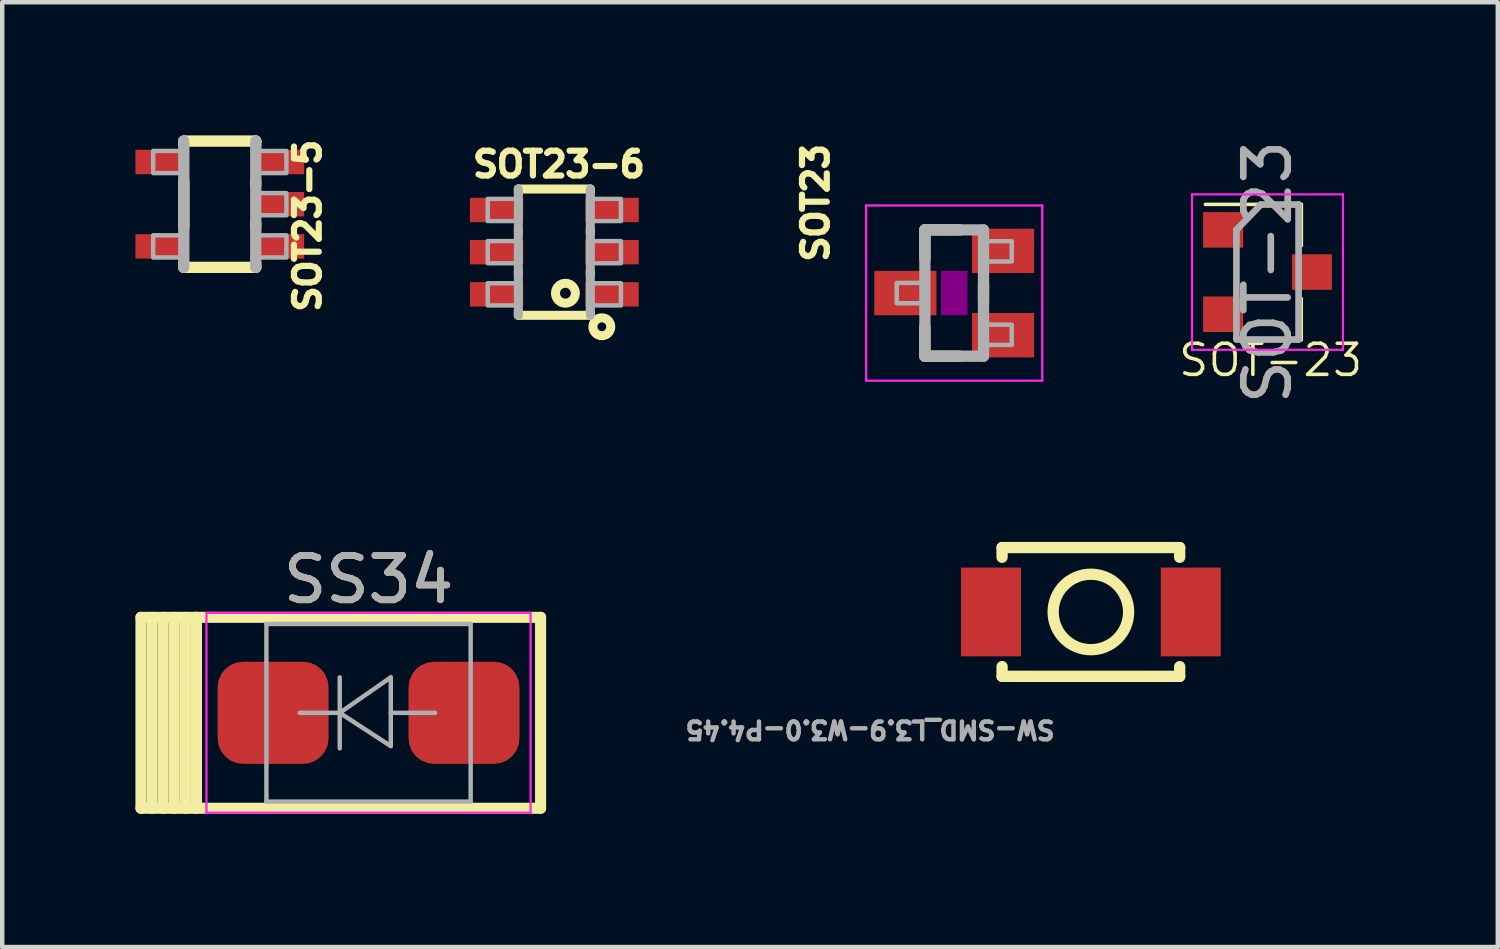
<source format=kicad_pcb>
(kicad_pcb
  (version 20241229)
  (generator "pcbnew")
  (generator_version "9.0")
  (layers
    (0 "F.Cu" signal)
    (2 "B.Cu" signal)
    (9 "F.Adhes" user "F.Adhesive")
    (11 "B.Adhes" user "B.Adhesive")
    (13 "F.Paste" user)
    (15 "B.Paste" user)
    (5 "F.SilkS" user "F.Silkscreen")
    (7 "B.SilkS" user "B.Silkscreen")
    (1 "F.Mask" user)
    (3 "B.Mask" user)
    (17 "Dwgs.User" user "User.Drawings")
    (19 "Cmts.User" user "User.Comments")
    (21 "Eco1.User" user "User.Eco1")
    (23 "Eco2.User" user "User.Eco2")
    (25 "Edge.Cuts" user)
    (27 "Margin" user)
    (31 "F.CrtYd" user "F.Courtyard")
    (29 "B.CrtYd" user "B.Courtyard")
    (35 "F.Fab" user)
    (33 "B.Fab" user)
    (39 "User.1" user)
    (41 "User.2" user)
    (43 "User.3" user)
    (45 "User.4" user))
  (footprint "SOT23-5"
    (layer "F.Cu")
    (at 1.9 1.549)
    (property "Reference" "SOT23-5" (at 1.651 -1.524 90) (unlocked yes) (layer "F.SilkS") (effects (font (size 0.559 0.559) (thickness 0.203)) (justify right top)))
    (fp_line (start -0.81 -1.422) (end 0.81 -1.422) (stroke (width 0.254) (type solid)) (layer "F.SilkS"))
    (fp_line (start -0.81 -1.328) (end -0.81 -1.422) (stroke (width 0.254) (type solid)) (layer "F.SilkS"))
    (fp_line (start -0.81 0.522) (end -0.81 -0.522) (stroke (width 0.254) (type solid)) (layer "F.SilkS"))
    (fp_line (start -0.81 1.422) (end -0.81 1.328) (stroke (width 0.254) (type solid)) (layer "F.SilkS"))
    (fp_line (start 0.81 -1.422) (end 0.81 -1.328) (stroke (width 0.254) (type solid)) (layer "F.SilkS"))
    (fp_line (start 0.81 -0.522) (end 0.81 -0.428) (stroke (width 0.254) (type solid)) (layer "F.SilkS"))
    (fp_line (start 0.81 0.428) (end 0.81 0.522) (stroke (width 0.254) (type solid)) (layer "F.SilkS"))
    (fp_line (start 0.81 1.328) (end 0.81 1.422) (stroke (width 0.254) (type solid)) (layer "F.SilkS"))
    (fp_line (start 0.81 1.422) (end -0.81 1.422) (stroke (width 0.254) (type solid)) (layer "F.SilkS"))
    (fp_line (start -0.81 1.422) (end -0.81 -1.422) (stroke (width 0.254) (type solid)) (layer "F.Fab"))
    (fp_line (start 0.81 -1.422) (end 0.81 1.422) (stroke (width 0.254) (type solid)) (layer "F.Fab"))
    (fp_poly (pts (xy -0.85 -0.7) (xy -0.85 -1.2) (xy -1.5 -1.2) (xy -1.5 -0.7)) (stroke (width 0.1) (type default)) (fill no) (layer "F.Fab"))
    (fp_poly (pts (xy -0.85 1.2) (xy -0.85 0.7) (xy -1.5 0.7) (xy -1.5 1.2)) (stroke (width 0.1) (type default)) (fill no) (layer "F.Fab"))
    (fp_poly (pts (xy 1.5 -0.7) (xy 1.5 -1.2) (xy 0.85 -1.2) (xy 0.85 -0.7)) (stroke (width 0.1) (type default)) (fill no) (layer "F.Fab"))
    (fp_poly (pts (xy 1.5 0.25) (xy 1.5 -0.25) (xy 0.85 -0.25) (xy 0.85 0.25)) (stroke (width 0.1) (type default)) (fill no) (layer "F.Fab"))
    (fp_poly (pts (xy 1.5 1.2) (xy 1.5 0.7) (xy 0.85 0.7) (xy 0.85 1.2)) (stroke (width 0.1) (type default)) (fill no) (layer "F.Fab"))
    (pad "1" smd rect (at 1.3 0.95 270) (size 0.55 1.2) (layers "F.Cu" "F.Mask" "F.Paste"))
    (pad "2" smd rect (at 1.3 0 270) (size 0.55 1.2) (layers "F.Cu" "F.Mask" "F.Paste"))
    (pad "3" smd rect (at 1.3 -0.95 270) (size 0.55 1.2) (layers "F.Cu" "F.Mask" "F.Paste"))
    (pad "4" smd rect (at -1.3 -0.95 270) (size 0.55 1.2) (layers "F.Cu" "F.Mask" "F.Paste"))
    (pad "5" smd rect (at -1.3 0.95 270) (size 0.55 1.2) (layers "F.Cu" "F.Mask" "F.Paste")))
  (footprint "SS34"
    (layer "F.Cu")
    (at 5.25 13.003)
    (property "Reference" "SS34" (at 0 -3 0) (layer "F.SilkS") (effects (font (size 1 1) (thickness 0.15))))
    (attr smd)
    (fp_line (start -5.125 2.15) (end -5.125 -2.15) (stroke (width 0.25) (type solid)) (layer "F.SilkS"))
    (fp_line (start -5.125 2.15) (end -3.875 2.15) (stroke (width 0.25) (type solid)) (layer "F.SilkS"))
    (fp_line (start -4.875 -2.15) (end -4.875 2.15) (stroke (width 0.25) (type solid)) (layer "F.SilkS"))
    (fp_line (start -4.625 -2.15) (end -4.625 2.15) (stroke (width 0.25) (type solid)) (layer "F.SilkS"))
    (fp_line (start -4.375 -2.15) (end -4.375 2.15) (stroke (width 0.25) (type solid)) (layer "F.SilkS"))
    (fp_line (start -4.125 2.15) (end -4.125 -2.15) (stroke (width 0.25) (type solid)) (layer "F.SilkS"))
    (fp_line (start -3.875 -2.15) (end -5.125 -2.15) (stroke (width 0.25) (type solid)) (layer "F.SilkS"))
    (fp_line (start -3.875 -2.15) (end -3.875 2.15) (stroke (width 0.25) (type solid)) (layer "F.SilkS"))
    (fp_line (start -3.875 -2.15) (end 3.875 -2.15) (stroke (width 0.25) (type solid)) (layer "F.SilkS"))
    (fp_line (start -3.875 2.15) (end 3.875 2.15) (stroke (width 0.25) (type solid)) (layer "F.SilkS"))
    (fp_line (start 3.875 2.15) (end 3.875 -2.15) (stroke (width 0.25) (type solid)) (layer "F.SilkS"))
    (fp_line (start -3.65 -2.25) (end 3.65 -2.25) (stroke (width 0.05) (type solid)) (layer "F.CrtYd"))
    (fp_line (start -3.65 2.25) (end -3.65 -2.25) (stroke (width 0.05) (type solid)) (layer "F.CrtYd"))
    (fp_line (start 3.65 -2.25) (end 3.65 2.25) (stroke (width 0.05) (type solid)) (layer "F.CrtYd"))
    (fp_line (start 3.65 2.25) (end -3.65 2.25) (stroke (width 0.05) (type solid)) (layer "F.CrtYd"))
    (fp_line (start -2.3 2) (end -2.3 -2) (stroke (width 0.1) (type solid)) (layer "F.Fab"))
    (fp_line (start -0.649 -0.799) (end -0.649 0.801) (stroke (width 0.1) (type solid)) (layer "F.Fab"))
    (fp_line (start -0.649 0.001) (end -1.551 0.001) (stroke (width 0.1) (type solid)) (layer "F.Fab"))
    (fp_line (start -0.649 0.001) (end 0.501 -0.799) (stroke (width 0.1) (type solid)) (layer "F.Fab"))
    (fp_line (start -0.649 0.001) (end 0.501 0.75) (stroke (width 0.1) (type solid)) (layer "F.Fab"))
    (fp_line (start 0.501 0.001) (end 1.499 0.001) (stroke (width 0.1) (type solid)) (layer "F.Fab"))
    (fp_line (start 0.501 0.75) (end 0.501 -0.799) (stroke (width 0.1) (type solid)) (layer "F.Fab"))
    (fp_line (start 2.3 -2) (end -2.3 -2) (stroke (width 0.1) (type solid)) (layer "F.Fab"))
    (fp_line (start 2.3 -2) (end 2.3 2) (stroke (width 0.1) (type solid)) (layer "F.Fab"))
    (fp_line (start 2.3 2) (end -2.3 2) (stroke (width 0.1) (type solid)) (layer "F.Fab"))
    (fp_text user "${REFERENCE}" (at 0 -3 0) (layer "F.Fab") (effects (font (size 1 1) (thickness 0.15))))
    (pad "1" smd roundrect (at -2.15 0) (size 2.5 2.3) (layers "F.Cu" "F.Mask" "F.Paste") (roundrect_rratio 0.25))
    (pad "2" smd roundrect (at 2.15 0) (size 2.5 2.3) (layers "F.Cu" "F.Mask" "F.Paste") (roundrect_rratio 0.25)))
  (footprint "SOT23-6"
    (layer "F.Cu")
    (at 9.434 2.629)
    (property "Reference" "SOT23-6" (at -1.905 -1.651 0) (unlocked yes) (layer "F.SilkS") (effects (font (size 0.559 0.559) (thickness 0.203)) (justify left bottom)))
    (fp_line (start -0.81 -1.422) (end 0.81 -1.422) (stroke (width 0.203) (type solid)) (layer "F.SilkS"))
    (fp_line (start -0.81 -1.328) (end -0.81 -1.422) (stroke (width 0.203) (type solid)) (layer "F.SilkS"))
    (fp_line (start -0.81 1.422) (end -0.81 1.328) (stroke (width 0.203) (type solid)) (layer "F.SilkS"))
    (fp_line (start -0.81 -0.522) (end -0.81 -0.428) (stroke (width 0.203) (type solid)) (layer "F.SilkS"))
    (fp_line (start -0.81 0.428) (end -0.81 0.522) (stroke (width 0.203) (type solid)) (layer "F.SilkS"))
    (fp_line (start 0.81 -1.422) (end 0.81 -1.328) (stroke (width 0.203) (type solid)) (layer "F.SilkS"))
    (fp_line (start 0.81 -0.522) (end 0.81 -0.428) (stroke (width 0.203) (type solid)) (layer "F.SilkS"))
    (fp_line (start 0.81 0.428) (end 0.81 0.522) (stroke (width 0.203) (type solid)) (layer "F.SilkS"))
    (fp_line (start 0.81 1.328) (end 0.81 1.422) (stroke (width 0.203) (type solid)) (layer "F.SilkS"))
    (fp_line (start 0.81 1.422) (end -0.81 1.422) (stroke (width 0.203) (type solid)) (layer "F.SilkS"))
    (fp_circle (center 0.25 0.925) (end 0.474 0.925) (stroke (width 0.203) (type solid)) (fill no) (layer "F.SilkS"))
    (fp_circle (center 1.07 1.68) (end 1.17 1.68) (stroke (width 0.203) (type solid)) (fill no) (layer "F.SilkS"))
    (fp_line (start -0.81 1.422) (end -0.81 -1.422) (stroke (width 0.203) (type solid)) (layer "F.Fab"))
    (fp_line (start 0.81 -1.422) (end 0.81 1.422) (stroke (width 0.203) (type solid)) (layer "F.Fab"))
    (fp_poly (pts (xy -0.85 -0.7) (xy -0.85 -1.2) (xy -1.5 -1.2) (xy -1.5 -0.7)) (stroke (width 0.1) (type default)) (fill no) (layer "F.Fab"))
    (fp_poly (pts (xy -0.85 0.25) (xy -0.85 -0.25) (xy -1.5 -0.25) (xy -1.5 0.25)) (stroke (width 0.1) (type default)) (fill no) (layer "F.Fab"))
    (fp_poly (pts (xy -0.85 1.2) (xy -0.85 0.7) (xy -1.5 0.7) (xy -1.5 1.2)) (stroke (width 0.1) (type default)) (fill no) (layer "F.Fab"))
    (fp_poly (pts (xy 1.5 -0.7) (xy 1.5 -1.2) (xy 0.85 -1.2) (xy 0.85 -0.7)) (stroke (width 0.1) (type default)) (fill no) (layer "F.Fab"))
    (fp_poly (pts (xy 1.5 0.25) (xy 1.5 -0.25) (xy 0.85 -0.25) (xy 0.85 0.25)) (stroke (width 0.1) (type default)) (fill no) (layer "F.Fab"))
    (fp_poly (pts (xy 1.5 1.2) (xy 1.5 0.7) (xy 0.85 0.7) (xy 0.85 1.2)) (stroke (width 0.1) (type default)) (fill no) (layer "F.Fab"))
    (pad "1" smd rect (at 1.3 0.95 90) (size 0.55 1.2) (layers "F.Cu" "F.Mask" "F.Paste"))
    (pad "2" smd rect (at 1.3 0 90) (size 0.55 1.2) (layers "F.Cu" "F.Mask" "F.Paste"))
    (pad "3" smd rect (at 1.3 -0.95 90) (size 0.55 1.2) (layers "F.Cu" "F.Mask" "F.Paste"))
    (pad "4" smd rect (at -1.3 -0.95 90) (size 0.55 1.2) (layers "F.Cu" "F.Mask" "F.Paste"))
    (pad "5" smd rect (at -1.3 0 90) (size 0.55 1.2) (layers "F.Cu" "F.Mask" "F.Paste"))
    (pad "6" smd rect (at -1.3 0.95 90) (size 0.55 1.2) (layers "F.Cu" "F.Mask" "F.Paste")))
  (footprint "SOT-23"
    (layer "F.Cu")
    (at 25.496 3.077)
    (property "Reference" "SOT-23" (at 0.07 1.984 180) (layer "F.SilkS") (effects (font (size 0.7 0.7) (thickness 0.08))))
    (attr smd)
    (fp_line (start 0.76 -1.524) (end -1.4 -1.524) (stroke (width 0.08) (type solid)) (layer "F.SilkS"))
    (fp_line (start 0.76 1.524) (end -0.7 1.524) (stroke (width 0.08) (type solid)) (layer "F.SilkS"))
    (fp_line (start 0.76 1.524) (end 0.76 0.594) (stroke (width 0.08) (type solid)) (layer "F.SilkS"))
    (fp_line (start 0.762 -1.524) (end 0.762 -0.594) (stroke (width 0.08) (type solid)) (layer "F.SilkS"))
    (fp_line (start -1.7 -1.75) (end 1.7 -1.75) (stroke (width 0.05) (type solid)) (layer "F.CrtYd"))
    (fp_line (start -1.7 1.75) (end -1.7 -1.75) (stroke (width 0.05) (type solid)) (layer "F.CrtYd"))
    (fp_line (start 1.7 -1.75) (end 1.7 1.75) (stroke (width 0.05) (type solid)) (layer "F.CrtYd"))
    (fp_line (start 1.7 1.75) (end -1.7 1.75) (stroke (width 0.05) (type solid)) (layer "F.CrtYd"))
    (fp_line (start -0.7 -0.95) (end -0.7 1.5) (stroke (width 0.15) (type solid)) (layer "F.Fab"))
    (fp_line (start -0.7 -0.95) (end -0.15 -1.52) (stroke (width 0.15) (type solid)) (layer "F.Fab"))
    (fp_line (start -0.7 1.52) (end 0.7 1.52) (stroke (width 0.15) (type solid)) (layer "F.Fab"))
    (fp_line (start -0.15 -1.52) (end 0.7 -1.52) (stroke (width 0.15) (type solid)) (layer "F.Fab"))
    (fp_line (start 0.7 -1.52) (end 0.7 1.52) (stroke (width 0.15) (type solid)) (layer "F.Fab"))
    (fp_text user "${REFERENCE}" (at 0 0 90) (layer "F.Fab") (effects (font (size 1 1) (thickness 0.15))))
    (pad "1" smd rect (at -1 -0.95) (size 0.9 0.8) (layers "F.Cu" "F.Mask" "F.Paste"))
    (pad "2" smd rect (at -1 0.95) (size 0.9 0.8) (layers "F.Cu" "F.Mask" "F.Paste"))
    (pad "3" smd rect (at 1 0) (size 0.9 0.8) (layers "F.Cu" "F.Mask" "F.Paste")))
  (footprint "SW-SMD_L3.9-W3.0-P4.45"
    (layer "F.Cu")
    (at 21.518 10.732)
    (property "Reference" "SW-SMD_L3.9-W3.0-P4.45" (at -0.762 2.413 180) (unlocked yes) (layer "F.Fab") (effects (font (size 0.4 0.4) (thickness 0.1)) (justify left bottom)))
    (fp_line (start -2 -1.231) (end -2 -1.45) (stroke (width 0.254) (type default)) (layer "F.SilkS"))
    (fp_line (start -2 1.45) (end -2 1.231) (stroke (width 0.254) (type default)) (layer "F.SilkS"))
    (fp_line (start 2 -1.45) (end -2 -1.45) (stroke (width 0.254) (type default)) (layer "F.SilkS"))
    (fp_line (start 2 -1.231) (end 2 -1.45) (stroke (width 0.254) (type default)) (layer "F.SilkS"))
    (fp_line (start 2 1.45) (end -2 1.45) (stroke (width 0.254) (type default)) (layer "F.SilkS"))
    (fp_line (start 2 1.45) (end 2 1.231) (stroke (width 0.254) (type default)) (layer "F.SilkS"))
    (fp_circle (center 0 0) (end -0.85 0) (stroke (width 0.254) (type default)) (fill no) (layer "F.SilkS"))
    (pad "1" smd rect (at -2.25 0) (size 1.35 2) (layers "F.Cu" "F.Mask" "F.Paste"))
    (pad "2" smd rect (at 2.25 0) (size 1.35 2) (layers "F.Cu" "F.Mask" "F.Paste")))
  (footprint "SOT23"
    (layer "F.Cu")
    (at 18.44 3.55)
    (property "Reference" "SOT23" (at -2.794 -0.635 90) (unlocked yes) (layer "F.SilkS") (effects (font (size 0.559 0.559) (thickness 0.203)) (justify left bottom)))
    (fp_line (start -0.66 -1.422) (end 0.127 -1.422) (stroke (width 0.254) (type solid)) (layer "F.SilkS"))
    (fp_line (start -0.66 -0.762) (end -0.66 -1.422) (stroke (width 0.254) (type solid)) (layer "F.SilkS"))
    (fp_line (start -0.66 1.422) (end -0.66 0.762) (stroke (width 0.254) (type solid)) (layer "F.SilkS"))
    (fp_line (start 0.127 1.422) (end -0.66 1.422) (stroke (width 0.254) (type solid)) (layer "F.SilkS"))
    (fp_line (start 0.66 0.203) (end 0.66 -0.203) (stroke (width 0.254) (type solid)) (layer "F.SilkS"))
    (fp_poly (pts (xy 0.3 0.5) (xy 0.3 -0.5) (xy -0.3 -0.5) (xy -0.3 0.5)) (stroke (width 0) (type default)) (fill yes) (layer "F.Adhes"))
    (fp_line (start -1.983 -1.973) (end 1.983 -1.973) (stroke (width 0.051) (type solid)) (layer "F.CrtYd"))
    (fp_line (start -1.983 1.973) (end -1.983 -1.973) (stroke (width 0.051) (type solid)) (layer "F.CrtYd"))
    (fp_line (start 1.983 -1.973) (end 1.983 1.973) (stroke (width 0.051) (type solid)) (layer "F.CrtYd"))
    (fp_line (start 1.983 1.973) (end -1.983 1.973) (stroke (width 0.051) (type solid)) (layer "F.CrtYd"))
    (fp_line (start -0.66 -1.422) (end 0.66 -1.422) (stroke (width 0.254) (type solid)) (layer "F.Fab"))
    (fp_line (start -0.66 1.422) (end -0.66 -1.422) (stroke (width 0.254) (type solid)) (layer "F.Fab"))
    (fp_line (start 0.66 -1.422) (end 0.66 1.422) (stroke (width 0.254) (type solid)) (layer "F.Fab"))
    (fp_line (start 0.66 1.422) (end -0.66 1.422) (stroke (width 0.254) (type solid)) (layer "F.Fab"))
    (fp_poly (pts (xy -0.711 0.229) (xy -0.711 -0.229) (xy -1.295 -0.229) (xy -1.295 0.229)) (stroke (width 0.1) (type default)) (fill no) (layer "F.Fab"))
    (fp_poly (pts (xy 1.295 -0.711) (xy 1.295 -1.168) (xy 0.711 -1.168) (xy 0.711 -0.711)) (stroke (width 0.1) (type default)) (fill no) (layer "F.Fab"))
    (fp_poly (pts (xy 1.295 1.168) (xy 1.295 0.711) (xy 0.711 0.711) (xy 0.711 1.168)) (stroke (width 0.1) (type default)) (fill no) (layer "F.Fab"))
    (pad "1" smd rect (at 1.1 0.95 270) (size 1 1.4) (layers "F.Cu" "F.Mask" "F.Paste"))
    (pad "2" smd rect (at 1.1 -0.95 270) (size 1 1.4) (layers "F.Cu" "F.Mask" "F.Paste"))
    (pad "3" smd rect (at -1.1 0 270) (size 1 1.4) (layers "F.Cu" "F.Mask" "F.Paste")))
  (gr_rect
    (start -3 -3)
    (end 30.682 18.278)
    (stroke (width 0.1) (type default))
    (fill no)
    (layer "Edge.Cuts")))
</source>
